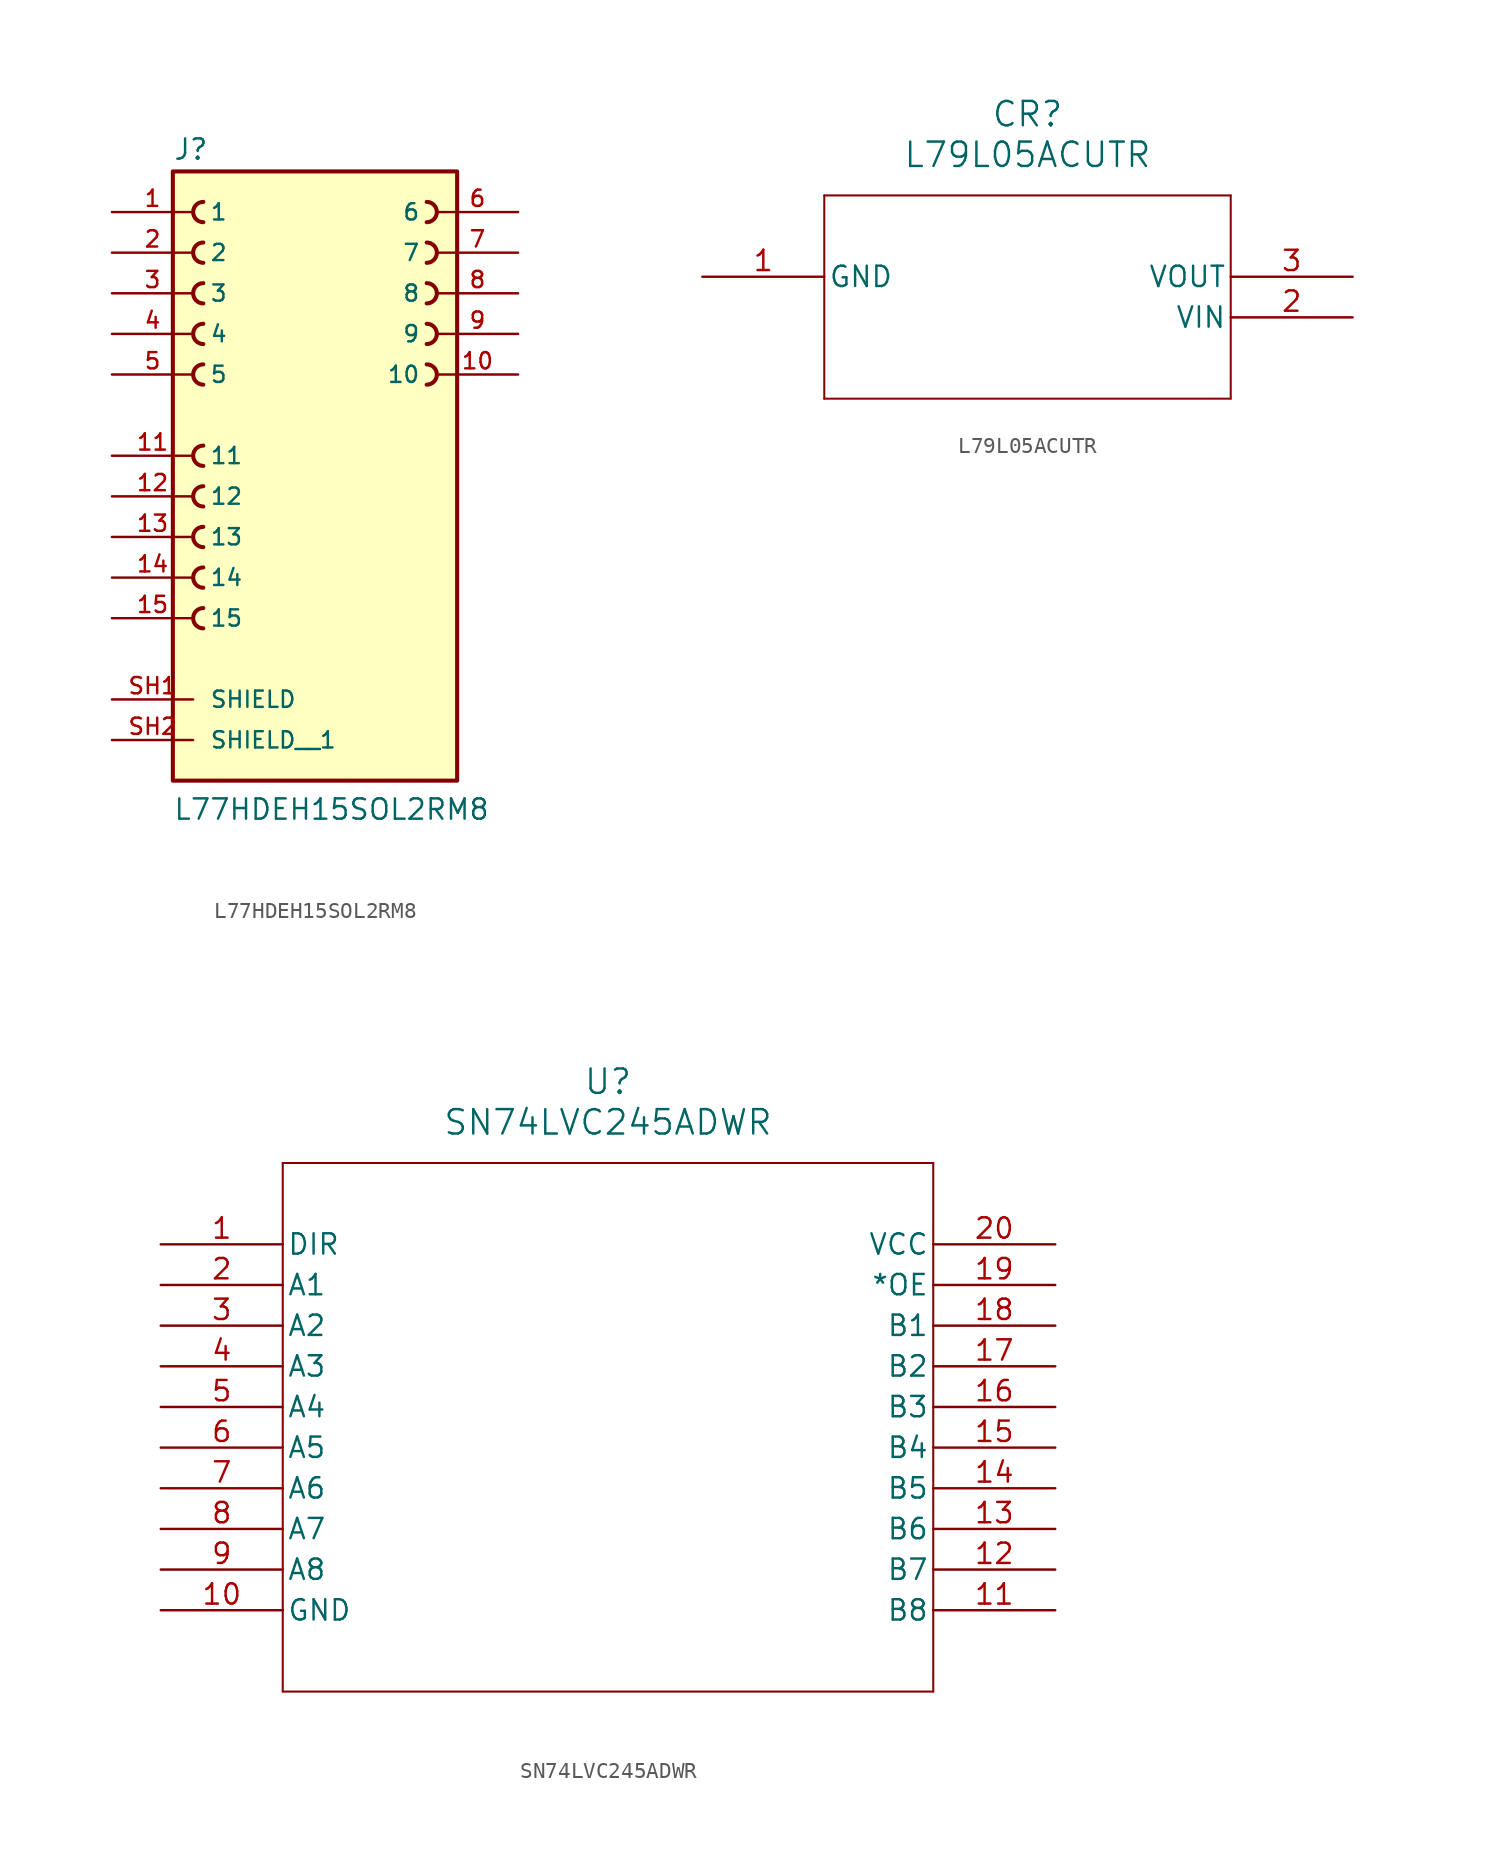
<source format=kicad_sym>
(kicad_symbol_lib
  (version 20231120)
  (generator "kicad_symbol_editor")
  (generator_version "8.0")
  (symbol "L77HDEH15SOL2RM8"
    (pin_names
      (offset 1.016))
    (property "Reference" "J"
      (at -8.89 18.415 0)
      (effects (font (size 1.27 1.27)) (justify left bottom)))
    (property "Value" "L77HDEH15SOL2RM8"
      (at -8.89 -22.86 0)
      (effects (font (size 1.27 1.27)) (justify left bottom)))
    (symbol "L77HDEH15SOL2RM8_0_0"
      (rectangle (start -8.89 -20.32) (end 8.89 17.78) (stroke (width 0.254) (type default)) (fill (type background)))
      (arc (start -6.985 -9.525) (mid -7.6172 -10.16) (end -6.985 -10.795) (stroke (width 0.254) (type default)) (fill (type none)))
      (arc (start -6.985 -6.985) (mid -7.6172 -7.62) (end -6.985 -8.255) (stroke (width 0.254) (type default)) (fill (type none)))
      (arc (start -6.985 -4.445) (mid -7.6172 -5.08) (end -6.985 -5.715) (stroke (width 0.254) (type default)) (fill (type none)))
      (arc (start -6.985 -1.905) (mid -7.6172 -2.54) (end -6.985 -3.175) (stroke (width 0.254) (type default)) (fill (type none)))
      (arc (start -6.985 0.635) (mid -7.6172 0) (end -6.985 -0.635) (stroke (width 0.254) (type default)) (fill (type none)))
      (arc (start -6.985 5.715) (mid -7.6172 5.08) (end -6.985 4.445) (stroke (width 0.254) (type default)) (fill (type none)))
      (arc (start -6.985 8.255) (mid -7.6172 7.62) (end -6.985 6.985) (stroke (width 0.254) (type default)) (fill (type none)))
      (arc (start -6.985 10.795) (mid -7.6172 10.16) (end -6.985 9.525) (stroke (width 0.254) (type default)) (fill (type none)))
      (arc (start -6.985 13.335) (mid -7.6172 12.7) (end -6.985 12.065) (stroke (width 0.254) (type default)) (fill (type none)))
      (arc (start -6.985 15.875) (mid -7.6172 15.24) (end -6.985 14.605) (stroke (width 0.254) (type default)) (fill (type none)))
      (arc (start 6.985 4.445) (mid 7.6172 5.08) (end 6.985 5.715) (stroke (width 0.254) (type default)) (fill (type none)))
      (arc (start 6.985 6.985) (mid 7.6172 7.62) (end 6.985 8.255) (stroke (width 0.254) (type default)) (fill (type none)))
      (arc (start 6.985 9.525) (mid 7.6172 10.16) (end 6.985 10.795) (stroke (width 0.254) (type default)) (fill (type none)))
      (arc (start 6.985 12.065) (mid 7.6172 12.7) (end 6.985 13.335) (stroke (width 0.254) (type default)) (fill (type none)))
      (arc (start 6.985 14.605) (mid 7.6172 15.24) (end 6.985 15.875) (stroke (width 0.254) (type default)) (fill (type none)))
      (pin passive line (at -12.7 15.24 0) (length 5.08) (name "1" (effects (font (size 1.016 1.016)))) (number "1" (effects (font (size 1.016 1.016)))))
      (pin passive line (at 12.7 5.08 180) (length 5.08) (name "10" (effects (font (size 1.016 1.016)))) (number "10" (effects (font (size 1.016 1.016)))))
      (pin passive line (at -12.7 0 0) (length 5.08) (name "11" (effects (font (size 1.016 1.016)))) (number "11" (effects (font (size 1.016 1.016)))))
      (pin passive line (at -12.7 -2.54 0) (length 5.08) (name "12" (effects (font (size 1.016 1.016)))) (number "12" (effects (font (size 1.016 1.016)))))
      (pin passive line (at -12.7 -5.08 0) (length 5.08) (name "13" (effects (font (size 1.016 1.016)))) (number "13" (effects (font (size 1.016 1.016)))))
      (pin passive line (at -12.7 -7.62 0) (length 5.08) (name "14" (effects (font (size 1.016 1.016)))) (number "14" (effects (font (size 1.016 1.016)))))
      (pin passive line (at -12.7 -10.16 0) (length 5.08) (name "15" (effects (font (size 1.016 1.016)))) (number "15" (effects (font (size 1.016 1.016)))))
      (pin passive line (at -12.7 12.7 0) (length 5.08) (name "2" (effects (font (size 1.016 1.016)))) (number "2" (effects (font (size 1.016 1.016)))))
      (pin passive line (at -12.7 10.16 0) (length 5.08) (name "3" (effects (font (size 1.016 1.016)))) (number "3" (effects (font (size 1.016 1.016)))))
      (pin passive line (at -12.7 7.62 0) (length 5.08) (name "4" (effects (font (size 1.016 1.016)))) (number "4" (effects (font (size 1.016 1.016)))))
      (pin passive line (at -12.7 5.08 0) (length 5.08) (name "5" (effects (font (size 1.016 1.016)))) (number "5" (effects (font (size 1.016 1.016)))))
      (pin passive line (at 12.7 15.24 180) (length 5.08) (name "6" (effects (font (size 1.016 1.016)))) (number "6" (effects (font (size 1.016 1.016)))))
      (pin passive line (at 12.7 12.7 180) (length 5.08) (name "7" (effects (font (size 1.016 1.016)))) (number "7" (effects (font (size 1.016 1.016)))))
      (pin passive line (at 12.7 10.16 180) (length 5.08) (name "8" (effects (font (size 1.016 1.016)))) (number "8" (effects (font (size 1.016 1.016)))))
      (pin passive line (at 12.7 7.62 180) (length 5.08) (name "9" (effects (font (size 1.016 1.016)))) (number "9" (effects (font (size 1.016 1.016)))))
      (pin passive line (at -12.7 -15.24 0) (length 5.08) (name "SHIELD" (effects (font (size 1.016 1.016)))) (number "SH1" (effects (font (size 1.016 1.016)))))
      (pin passive line (at -12.7 -17.78 0) (length 5.08) (name "SHIELD__1" (effects (font (size 1.016 1.016)))) (number "SH2" (effects (font (size 1.016 1.016)))))))
  (symbol "L79L05ACUTR"
    (pin_names
      (offset 0.254))
    (property "Reference" "CR"
      (at 20.32 10.16 0)
      (effects (font (size 1.524 1.524))))
    (property "Value" "L79L05ACUTR"
      (at 20.32 7.62 0)
      (effects (font (size 1.524 1.524))))
    (symbol "L79L05ACUTR_0_1"
      (polyline (pts (xy 7.62 -7.62) (xy 33.02 -7.62)) (stroke (width 0.127) (type default)) (fill (type none)))
      (polyline (pts (xy 7.62 5.08) (xy 7.62 -7.62)) (stroke (width 0.127) (type default)) (fill (type none)))
      (polyline (pts (xy 33.02 -7.62) (xy 33.02 5.08)) (stroke (width 0.127) (type default)) (fill (type none)))
      (polyline (pts (xy 33.02 5.08) (xy 7.62 5.08)) (stroke (width 0.127) (type default)) (fill (type none)))
      (pin power_out line (at 0 0 0) (length 7.62) (name "GND" (effects (font (size 1.27 1.27)))) (number "1" (effects (font (size 1.27 1.27)))))
      (pin input line (at 40.64 -2.54 180) (length 7.62) (name "VIN" (effects (font (size 1.27 1.27)))) (number "2" (effects (font (size 1.27 1.27)))))
      (pin output line (at 40.64 0 180) (length 7.62) (name "VOUT" (effects (font (size 1.27 1.27)))) (number "3" (effects (font (size 1.27 1.27)))))))
  (symbol "SN74LVC245ADWR"
    (pin_names
      (offset 0.254))
    (property "Reference" "U"
      (at 27.94 10.16 0)
      (effects (font (size 1.524 1.524))))
    (property "Value" "SN74LVC245ADWR"
      (at 27.94 7.62 0)
      (effects (font (size 1.524 1.524))))
    (symbol "SN74LVC245ADWR_0_1"
      (polyline (pts (xy 7.62 -27.94) (xy 48.26 -27.94)) (stroke (width 0.127) (type default)) (fill (type none)))
      (polyline (pts (xy 7.62 5.08) (xy 7.62 -27.94)) (stroke (width 0.127) (type default)) (fill (type none)))
      (polyline (pts (xy 48.26 -27.94) (xy 48.26 5.08)) (stroke (width 0.127) (type default)) (fill (type none)))
      (polyline (pts (xy 48.26 5.08) (xy 7.62 5.08)) (stroke (width 0.127) (type default)) (fill (type none)))
      (pin input line (at 0 0 0) (length 7.62) (name "DIR" (effects (font (size 1.27 1.27)))) (number "1" (effects (font (size 1.27 1.27)))))
      (pin power_in line (at 0 -22.86 0) (length 7.62) (name "GND" (effects (font (size 1.27 1.27)))) (number "10" (effects (font (size 1.27 1.27)))))
      (pin bidirectional line (at 55.88 -22.86 180) (length 7.62) (name "B8" (effects (font (size 1.27 1.27)))) (number "11" (effects (font (size 1.27 1.27)))))
      (pin bidirectional line (at 55.88 -20.32 180) (length 7.62) (name "B7" (effects (font (size 1.27 1.27)))) (number "12" (effects (font (size 1.27 1.27)))))
      (pin bidirectional line (at 55.88 -17.78 180) (length 7.62) (name "B6" (effects (font (size 1.27 1.27)))) (number "13" (effects (font (size 1.27 1.27)))))
      (pin bidirectional line (at 55.88 -15.24 180) (length 7.62) (name "B5" (effects (font (size 1.27 1.27)))) (number "14" (effects (font (size 1.27 1.27)))))
      (pin bidirectional line (at 55.88 -12.7 180) (length 7.62) (name "B4" (effects (font (size 1.27 1.27)))) (number "15" (effects (font (size 1.27 1.27)))))
      (pin bidirectional line (at 55.88 -10.16 180) (length 7.62) (name "B3" (effects (font (size 1.27 1.27)))) (number "16" (effects (font (size 1.27 1.27)))))
      (pin bidirectional line (at 55.88 -7.62 180) (length 7.62) (name "B2" (effects (font (size 1.27 1.27)))) (number "17" (effects (font (size 1.27 1.27)))))
      (pin bidirectional line (at 55.88 -5.08 180) (length 7.62) (name "B1" (effects (font (size 1.27 1.27)))) (number "18" (effects (font (size 1.27 1.27)))))
      (pin input line (at 55.88 -2.54 180) (length 7.62) (name "*OE" (effects (font (size 1.27 1.27)))) (number "19" (effects (font (size 1.27 1.27)))))
      (pin bidirectional line (at 0 -2.54 0) (length 7.62) (name "A1" (effects (font (size 1.27 1.27)))) (number "2" (effects (font (size 1.27 1.27)))))
      (pin power_in line (at 55.88 0 180) (length 7.62) (name "VCC" (effects (font (size 1.27 1.27)))) (number "20" (effects (font (size 1.27 1.27)))))
      (pin bidirectional line (at 0 -5.08 0) (length 7.62) (name "A2" (effects (font (size 1.27 1.27)))) (number "3" (effects (font (size 1.27 1.27)))))
      (pin bidirectional line (at 0 -7.62 0) (length 7.62) (name "A3" (effects (font (size 1.27 1.27)))) (number "4" (effects (font (size 1.27 1.27)))))
      (pin bidirectional line (at 0 -10.16 0) (length 7.62) (name "A4" (effects (font (size 1.27 1.27)))) (number "5" (effects (font (size 1.27 1.27)))))
      (pin bidirectional line (at 0 -12.7 0) (length 7.62) (name "A5" (effects (font (size 1.27 1.27)))) (number "6" (effects (font (size 1.27 1.27)))))
      (pin bidirectional line (at 0 -15.24 0) (length 7.62) (name "A6" (effects (font (size 1.27 1.27)))) (number "7" (effects (font (size 1.27 1.27)))))
      (pin bidirectional line (at 0 -17.78 0) (length 7.62) (name "A7" (effects (font (size 1.27 1.27)))) (number "8" (effects (font (size 1.27 1.27)))))
      (pin bidirectional line (at 0 -20.32 0) (length 7.62) (name "A8" (effects (font (size 1.27 1.27)))) (number "9" (effects (font (size 1.27 1.27))))))))
</source>
